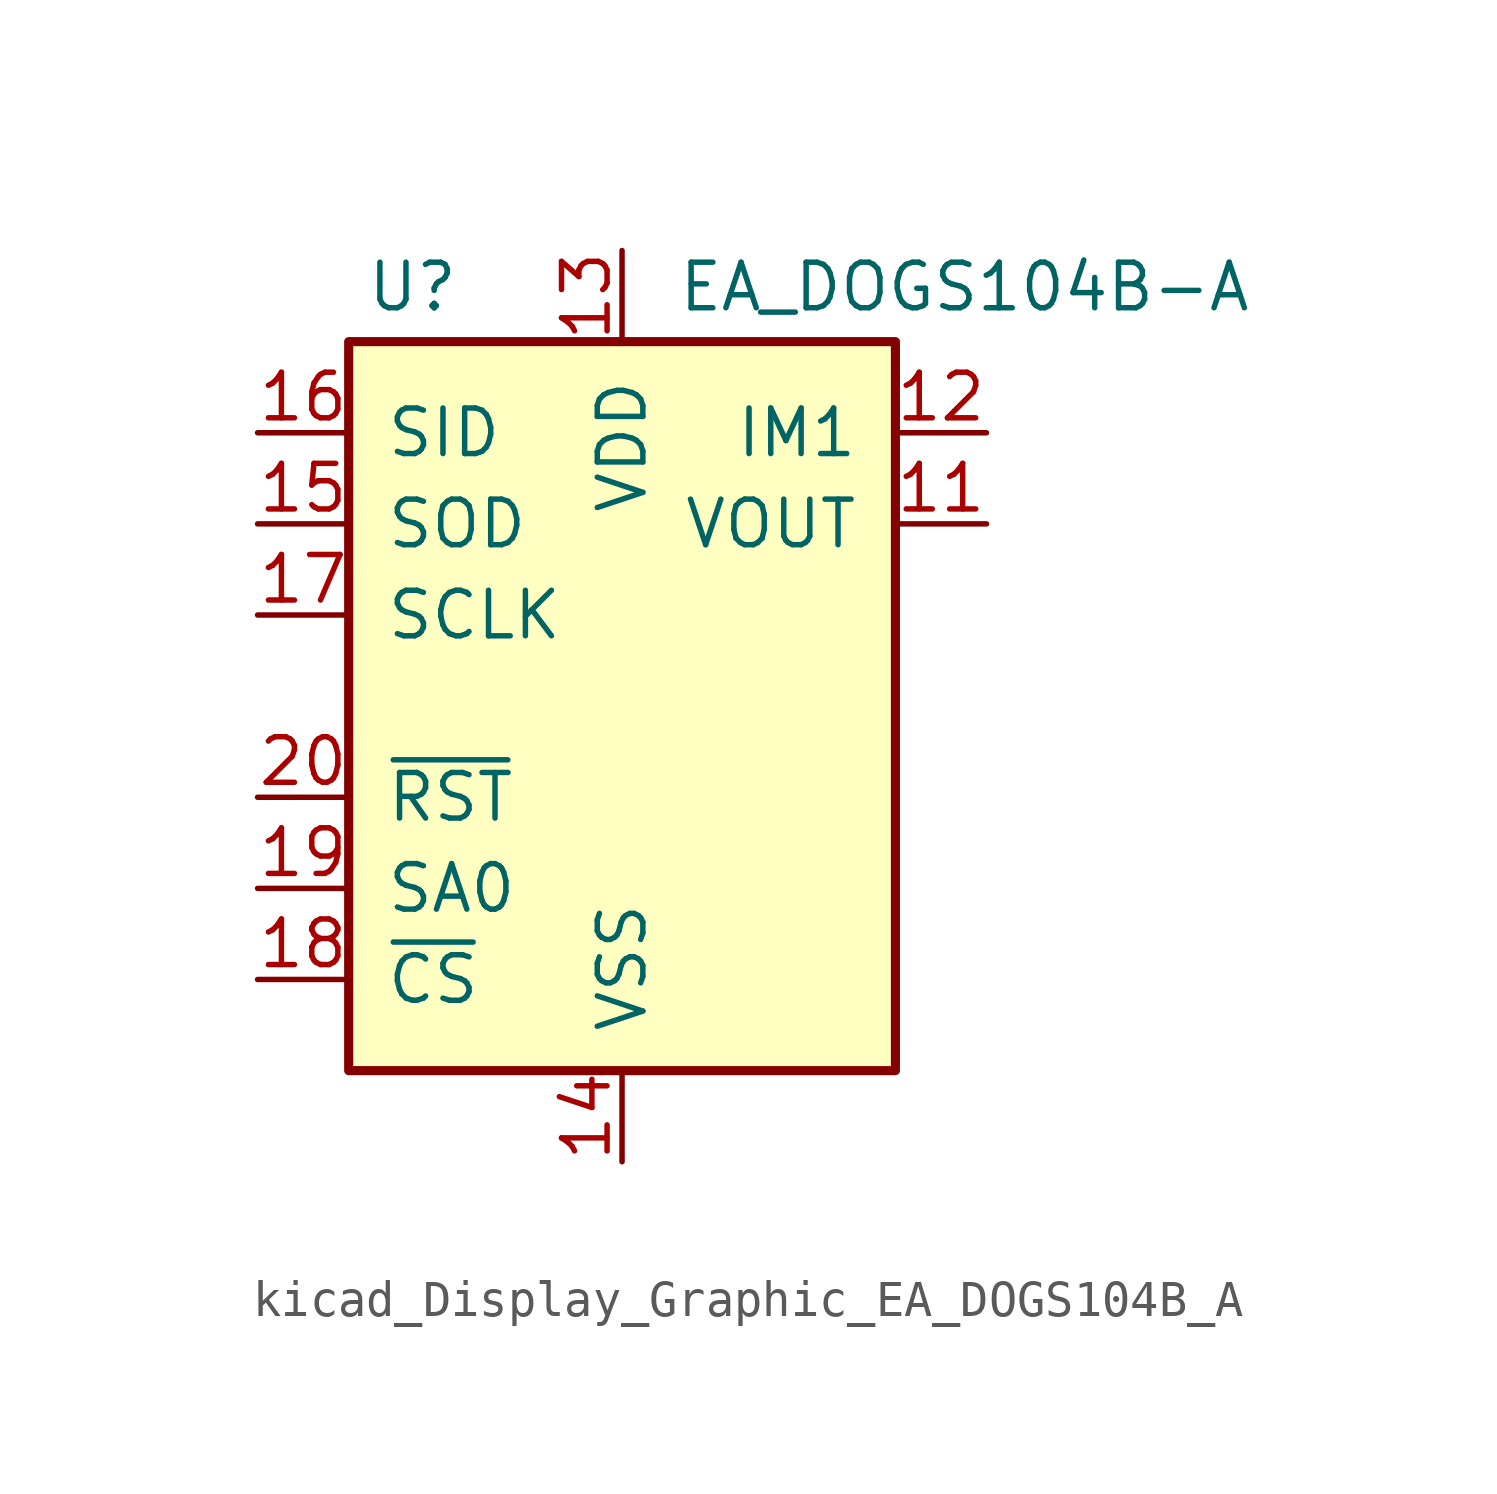
<source format=kicad_sym>
(kicad_symbol_lib
  (version 20220914)
  (generator kicad_symbol_editor)
  (symbol "kicad_Display_Graphic_EA_DOGS104B_A"
    (pin_names
      (offset 1.016))
    (property "Reference" "U"
      (at -5.842 11.684 0)
      (effects (font (size 1.27 1.27))))
    (property "Value" "EA_DOGS104B-A"
      (at 1.524 11.684 0)
      (effects (font (size 1.27 1.27)) (justify left)))
    (symbol "kicad_Display_Graphic_EA_DOGS104B_A_0_1"
      (rectangle (start -7.62 10.16) (end 7.62 -10.16) (stroke (width 0.254) (type default)) (fill (type background))))
    (symbol "kicad_Display_Graphic_EA_DOGS104B_A_1_1"
      (pin no_connect line (at 7.62 0 180) (length 2.54) hide (name "NC" (effects (font (size 1.27 1.27)))) (number "1" (effects (font (size 1.27 1.27)))))
      (pin no_connect line (at 7.62 -7.62 180) (length 2.54) hide (name "NC" (effects (font (size 1.27 1.27)))) (number "10" (effects (font (size 1.27 1.27)))))
      (pin output line (at 10.16 5.08 180) (length 2.54) (name "VOUT" (effects (font (size 1.27 1.27)))) (number "11" (effects (font (size 1.27 1.27)))))
      (pin input line (at 10.16 7.62 180) (length 2.54) (name "IM1" (effects (font (size 1.27 1.27)))) (number "12" (effects (font (size 1.27 1.27)))))
      (pin power_in line (at 0 12.7 270) (length 2.54) (name "VDD" (effects (font (size 1.27 1.27)))) (number "13" (effects (font (size 1.27 1.27)))))
      (pin power_in line (at 0 -12.7 90) (length 2.54) (name "VSS" (effects (font (size 1.27 1.27)))) (number "14" (effects (font (size 1.27 1.27)))))
      (pin output line (at -10.16 5.08 0) (length 2.54) (name "SOD" (effects (font (size 1.27 1.27)))) (number "15" (effects (font (size 1.27 1.27)))))
      (pin input line (at -10.16 7.62 0) (length 2.54) (name "SID" (effects (font (size 1.27 1.27)))) (number "16" (effects (font (size 1.27 1.27)))))
      (pin input line (at -10.16 2.54 0) (length 2.54) (name "SCLK" (effects (font (size 1.27 1.27)))) (number "17" (effects (font (size 1.27 1.27)))))
      (pin input line (at -10.16 -7.62 0) (length 2.54) (name "~{CS}" (effects (font (size 1.27 1.27)))) (number "18" (effects (font (size 1.27 1.27)))))
      (pin input line (at -10.16 -5.08 0) (length 2.54) (name "SA0" (effects (font (size 1.27 1.27)))) (number "19" (effects (font (size 1.27 1.27)))))
      (pin no_connect line (at 7.62 -2.54 180) (length 2.54) hide (name "NC" (effects (font (size 1.27 1.27)))) (number "2" (effects (font (size 1.27 1.27)))))
      (pin input line (at -10.16 -2.54 0) (length 2.54) (name "~{RST}" (effects (font (size 1.27 1.27)))) (number "20" (effects (font (size 1.27 1.27)))))
      (pin no_connect line (at 7.62 -5.08 180) (length 2.54) hide (name "NC" (effects (font (size 1.27 1.27)))) (number "9" (effects (font (size 1.27 1.27))))))))
</source>
